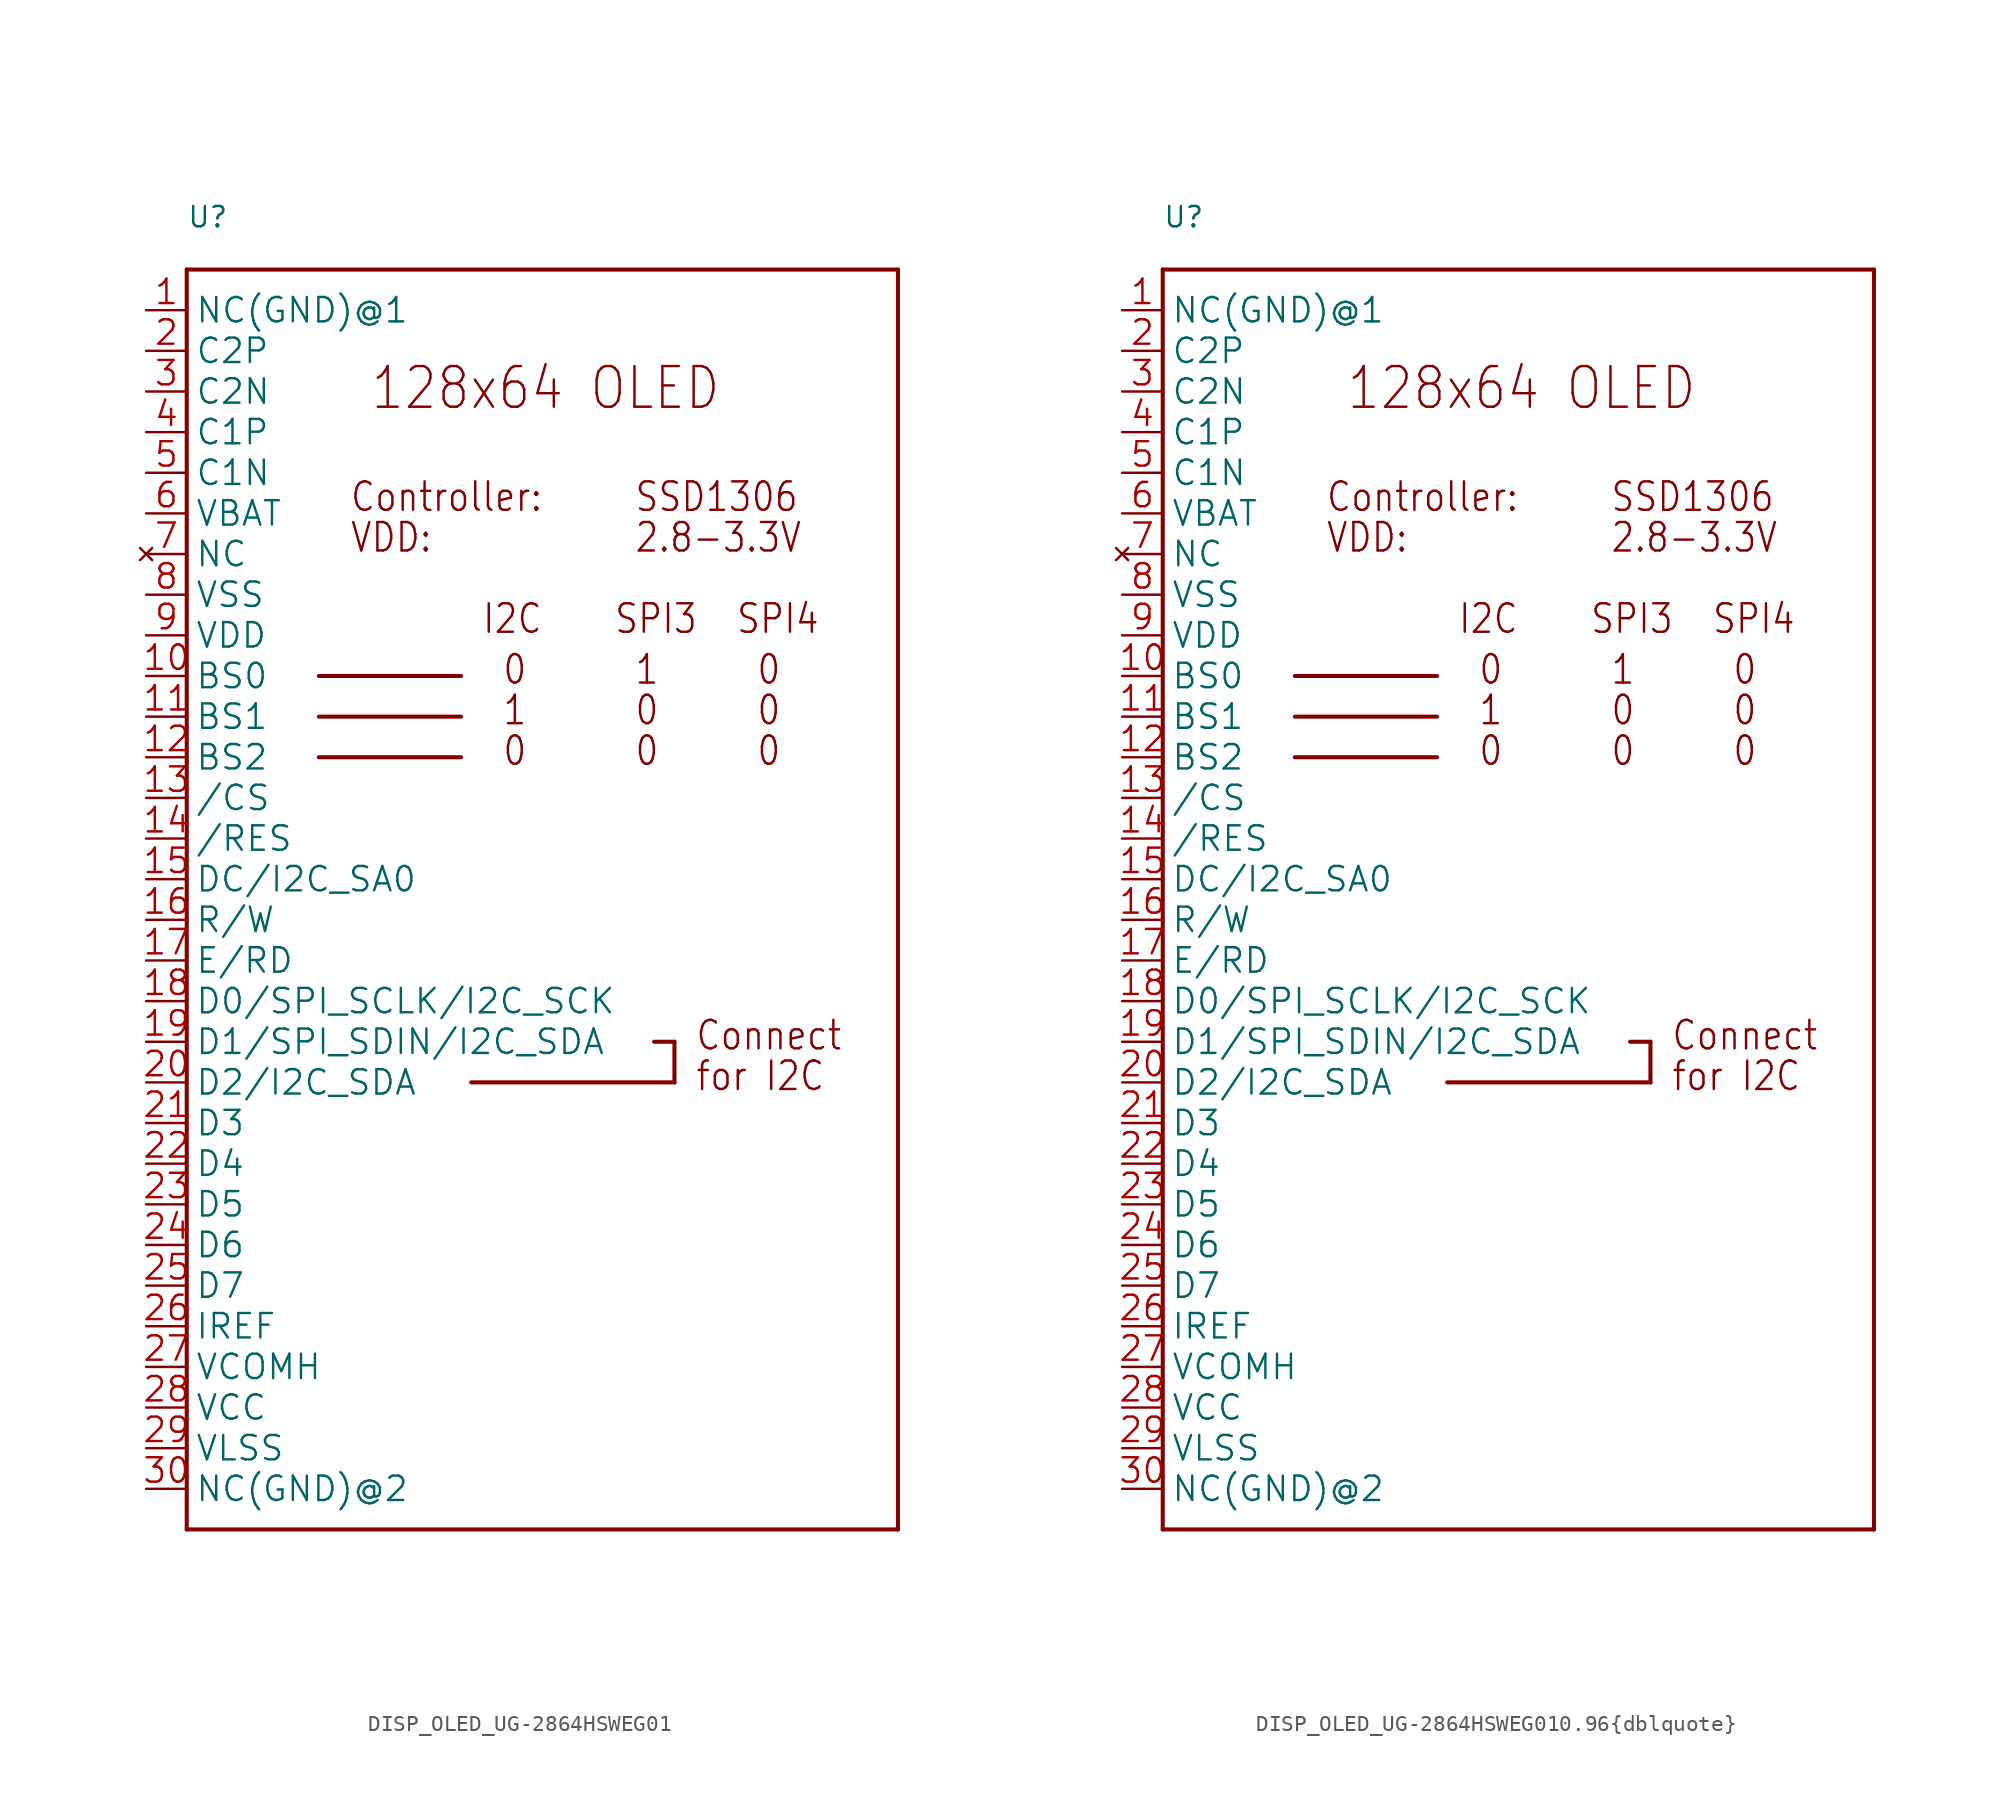
<source format=kicad_sym>
(kicad_symbol_lib
  (version 20241209)
  (generator "kicad_symbol_editor")
  (generator_version "9.0")
  (symbol "DISP_OLED_UG-2864HSWEG01"
    (property "Reference" "U"
      (at -22.86 40.64 0)
      (effects (font (size 1.27 1.27)) (justify left bottom)))
    (property "Value" ""
      (at -22.86 -43.18 0)
      (effects (font (size 1.27 1.27)) (justify left bottom)))
    (property "ki_locked" ""
      (at 0 0 0)
      (effects (font (size 1.27 1.27))))
    (symbol "DISP_OLED_UG-2864HSWEG01_1_0"
      (polyline (pts (xy -22.86 38.1) (xy 21.59 38.1)) (stroke (width 0.254) (type solid)) (fill (type none)))
      (polyline (pts (xy -22.86 -40.64) (xy -22.86 38.1)) (stroke (width 0.254) (type solid)) (fill (type none)))
      (polyline (pts (xy -14.605 12.7) (xy -5.715 12.7)) (stroke (width 0.254) (type solid)) (fill (type none)))
      (polyline (pts (xy -14.605 10.16) (xy -5.715 10.16)) (stroke (width 0.254) (type solid)) (fill (type none)))
      (polyline (pts (xy -14.605 7.62) (xy -5.715 7.62)) (stroke (width 0.254) (type solid)) (fill (type none)))
      (polyline (pts (xy 6.35 -10.16) (xy 7.62 -10.16)) (stroke (width 0.254) (type solid)) (fill (type none)))
      (polyline (pts (xy 7.62 -10.16) (xy 7.62 -12.7)) (stroke (width 0.254) (type solid)) (fill (type none)))
      (polyline (pts (xy 7.62 -12.7) (xy -5.08 -12.7)) (stroke (width 0.254) (type solid)) (fill (type none)))
      (polyline (pts (xy 21.59 38.1) (xy 21.59 -40.64)) (stroke (width 0.254) (type solid)) (fill (type none)))
      (polyline (pts (xy 21.59 -40.64) (xy -22.86 -40.64)) (stroke (width 0.254) (type solid)) (fill (type none)))
      (text "Controller:" (at -12.7 22.86 0) (effects (font (size 1.778 1.511)) (justify left bottom)))
      (text "VDD:" (at -12.7 20.32 0) (effects (font (size 1.778 1.511)) (justify left bottom)))
      (text "128x64 OLED" (at -11.43 29.21 0) (effects (font (size 2.54 2.159)) (justify left bottom)))
      (text "I2C" (at -4.445 15.24 0) (effects (font (size 1.778 1.511)) (justify left bottom)))
      (text "0" (at -3.175 12.065 0) (effects (font (size 1.778 1.511)) (justify left bottom)))
      (text "1" (at -3.175 9.525 0) (effects (font (size 1.778 1.511)) (justify left bottom)))
      (text "0" (at -3.175 6.985 0) (effects (font (size 1.778 1.511)) (justify left bottom)))
      (text "SPI3" (at 3.81 15.24 0) (effects (font (size 1.778 1.511)) (justify left bottom)))
      (text "SSD1306" (at 5.08 22.86 0) (effects (font (size 1.778 1.511)) (justify left bottom)))
      (text "2.8-3.3V" (at 5.08 20.32 0) (effects (font (size 1.778 1.511)) (justify left bottom)))
      (text "1" (at 5.08 12.065 0) (effects (font (size 1.778 1.511)) (justify left bottom)))
      (text "0" (at 5.08 9.525 0) (effects (font (size 1.778 1.511)) (justify left bottom)))
      (text "0" (at 5.08 6.985 0) (effects (font (size 1.778 1.511)) (justify left bottom)))
      (text "Connect" (at 8.89 -10.795 0) (effects (font (size 1.778 1.511)) (justify left bottom)))
      (text "for I2C" (at 8.89 -13.335 0) (effects (font (size 1.778 1.511)) (justify left bottom)))
      (text "SPI4" (at 11.43 15.24 0) (effects (font (size 1.778 1.511)) (justify left bottom)))
      (text "0" (at 12.7 12.065 0) (effects (font (size 1.778 1.511)) (justify left bottom)))
      (text "0" (at 12.7 9.525 0) (effects (font (size 1.778 1.511)) (justify left bottom)))
      (text "0" (at 12.7 6.985 0) (effects (font (size 1.778 1.511)) (justify left bottom)))
      (pin input line (at -25.4 35.56 0) (length 2.54) (name "NC(GND)@1" (effects (font (size 1.524 1.524)))) (number "1" (effects (font (size 1.524 1.524)))))
      (pin input line (at -25.4 33.02 0) (length 2.54) (name "C2P" (effects (font (size 1.524 1.524)))) (number "2" (effects (font (size 1.524 1.524)))))
      (pin input line (at -25.4 30.48 0) (length 2.54) (name "C2N" (effects (font (size 1.524 1.524)))) (number "3" (effects (font (size 1.524 1.524)))))
      (pin input line (at -25.4 27.94 0) (length 2.54) (name "C1P" (effects (font (size 1.524 1.524)))) (number "4" (effects (font (size 1.524 1.524)))))
      (pin input line (at -25.4 25.4 0) (length 2.54) (name "C1N" (effects (font (size 1.524 1.524)))) (number "5" (effects (font (size 1.524 1.524)))))
      (pin input line (at -25.4 22.86 0) (length 2.54) (name "VBAT" (effects (font (size 1.524 1.524)))) (number "6" (effects (font (size 1.524 1.524)))))
      (pin no_connect line (at -25.4 20.32 0) (length 2.54) (name "NC" (effects (font (size 1.524 1.524)))) (number "7" (effects (font (size 1.524 1.524)))))
      (pin power_in line (at -25.4 17.78 0) (length 2.54) (name "VSS" (effects (font (size 1.524 1.524)))) (number "8" (effects (font (size 1.524 1.524)))))
      (pin power_in line (at -25.4 15.24 0) (length 2.54) (name "VDD" (effects (font (size 1.524 1.524)))) (number "9" (effects (font (size 1.524 1.524)))))
      (pin input line (at -25.4 12.7 0) (length 2.54) (name "BS0" (effects (font (size 1.524 1.524)))) (number "10" (effects (font (size 1.524 1.524)))))
      (pin input line (at -25.4 10.16 0) (length 2.54) (name "BS1" (effects (font (size 1.524 1.524)))) (number "11" (effects (font (size 1.524 1.524)))))
      (pin input line (at -25.4 7.62 0) (length 2.54) (name "BS2" (effects (font (size 1.524 1.524)))) (number "12" (effects (font (size 1.524 1.524)))))
      (pin input line (at -25.4 5.08 0) (length 2.54) (name "/CS" (effects (font (size 1.524 1.524)))) (number "13" (effects (font (size 1.524 1.524)))))
      (pin input line (at -25.4 2.54 0) (length 2.54) (name "/RES" (effects (font (size 1.524 1.524)))) (number "14" (effects (font (size 1.524 1.524)))))
      (pin input line (at -25.4 0 0) (length 2.54) (name "DC/I2C_SA0" (effects (font (size 1.524 1.524)))) (number "15" (effects (font (size 1.524 1.524)))))
      (pin input line (at -25.4 -2.54 0) (length 2.54) (name "R/W" (effects (font (size 1.524 1.524)))) (number "16" (effects (font (size 1.524 1.524)))))
      (pin input line (at -25.4 -5.08 0) (length 2.54) (name "E/RD" (effects (font (size 1.524 1.524)))) (number "17" (effects (font (size 1.524 1.524)))))
      (pin bidirectional line (at -25.4 -7.62 0) (length 2.54) (name "D0/SPI_SCLK/I2C_SCK" (effects (font (size 1.524 1.524)))) (number "18" (effects (font (size 1.524 1.524)))))
      (pin bidirectional line (at -25.4 -10.16 0) (length 2.54) (name "D1/SPI_SDIN/I2C_SDA" (effects (font (size 1.524 1.524)))) (number "19" (effects (font (size 1.524 1.524)))))
      (pin bidirectional line (at -25.4 -12.7 0) (length 2.54) (name "D2/I2C_SDA" (effects (font (size 1.524 1.524)))) (number "20" (effects (font (size 1.524 1.524)))))
      (pin bidirectional line (at -25.4 -15.24 0) (length 2.54) (name "D3" (effects (font (size 1.524 1.524)))) (number "21" (effects (font (size 1.524 1.524)))))
      (pin bidirectional line (at -25.4 -17.78 0) (length 2.54) (name "D4" (effects (font (size 1.524 1.524)))) (number "22" (effects (font (size 1.524 1.524)))))
      (pin bidirectional line (at -25.4 -20.32 0) (length 2.54) (name "D5" (effects (font (size 1.524 1.524)))) (number "23" (effects (font (size 1.524 1.524)))))
      (pin bidirectional line (at -25.4 -22.86 0) (length 2.54) (name "D6" (effects (font (size 1.524 1.524)))) (number "24" (effects (font (size 1.524 1.524)))))
      (pin bidirectional line (at -25.4 -25.4 0) (length 2.54) (name "D7" (effects (font (size 1.524 1.524)))) (number "25" (effects (font (size 1.524 1.524)))))
      (pin input line (at -25.4 -27.94 0) (length 2.54) (name "IREF" (effects (font (size 1.524 1.524)))) (number "26" (effects (font (size 1.524 1.524)))))
      (pin output line (at -25.4 -30.48 0) (length 2.54) (name "VCOMH" (effects (font (size 1.524 1.524)))) (number "27" (effects (font (size 1.524 1.524)))))
      (pin power_in line (at -25.4 -33.02 0) (length 2.54) (name "VCC" (effects (font (size 1.524 1.524)))) (number "28" (effects (font (size 1.524 1.524)))))
      (pin power_in line (at -25.4 -35.56 0) (length 2.54) (name "VLSS" (effects (font (size 1.524 1.524)))) (number "29" (effects (font (size 1.524 1.524)))))
      (pin input line (at -25.4 -38.1 0) (length 2.54) (name "NC(GND)@2" (effects (font (size 1.524 1.524)))) (number "30" (effects (font (size 1.524 1.524)))))))
  (symbol "DISP_OLED_UG-2864HSWEG010.96{dblquote}"
    (property "Reference" "U"
      (at -22.86 40.64 0)
      (effects (font (size 1.27 1.27)) (justify left bottom)))
    (property "Value" ""
      (at -22.86 -43.18 0)
      (effects (font (size 1.27 1.27)) (justify left bottom)))
    (property "ki_locked" ""
      (at 0 0 0)
      (effects (font (size 1.27 1.27))))
    (symbol "DISP_OLED_UG-2864HSWEG010.96{dblquote}_1_0"
      (polyline (pts (xy -22.86 38.1) (xy 21.59 38.1)) (stroke (width 0.254) (type solid)) (fill (type none)))
      (polyline (pts (xy -22.86 -40.64) (xy -22.86 38.1)) (stroke (width 0.254) (type solid)) (fill (type none)))
      (polyline (pts (xy -14.605 12.7) (xy -5.715 12.7)) (stroke (width 0.254) (type solid)) (fill (type none)))
      (polyline (pts (xy -14.605 10.16) (xy -5.715 10.16)) (stroke (width 0.254) (type solid)) (fill (type none)))
      (polyline (pts (xy -14.605 7.62) (xy -5.715 7.62)) (stroke (width 0.254) (type solid)) (fill (type none)))
      (polyline (pts (xy 6.35 -10.16) (xy 7.62 -10.16)) (stroke (width 0.254) (type solid)) (fill (type none)))
      (polyline (pts (xy 7.62 -10.16) (xy 7.62 -12.7)) (stroke (width 0.254) (type solid)) (fill (type none)))
      (polyline (pts (xy 7.62 -12.7) (xy -5.08 -12.7)) (stroke (width 0.254) (type solid)) (fill (type none)))
      (polyline (pts (xy 21.59 38.1) (xy 21.59 -40.64)) (stroke (width 0.254) (type solid)) (fill (type none)))
      (polyline (pts (xy 21.59 -40.64) (xy -22.86 -40.64)) (stroke (width 0.254) (type solid)) (fill (type none)))
      (text "Controller:" (at -12.7 22.86 0) (effects (font (size 1.778 1.511)) (justify left bottom)))
      (text "VDD:" (at -12.7 20.32 0) (effects (font (size 1.778 1.511)) (justify left bottom)))
      (text "128x64 OLED" (at -11.43 29.21 0) (effects (font (size 2.54 2.159)) (justify left bottom)))
      (text "I2C" (at -4.445 15.24 0) (effects (font (size 1.778 1.511)) (justify left bottom)))
      (text "0" (at -3.175 12.065 0) (effects (font (size 1.778 1.511)) (justify left bottom)))
      (text "1" (at -3.175 9.525 0) (effects (font (size 1.778 1.511)) (justify left bottom)))
      (text "0" (at -3.175 6.985 0) (effects (font (size 1.778 1.511)) (justify left bottom)))
      (text "SPI3" (at 3.81 15.24 0) (effects (font (size 1.778 1.511)) (justify left bottom)))
      (text "SSD1306" (at 5.08 22.86 0) (effects (font (size 1.778 1.511)) (justify left bottom)))
      (text "2.8-3.3V" (at 5.08 20.32 0) (effects (font (size 1.778 1.511)) (justify left bottom)))
      (text "1" (at 5.08 12.065 0) (effects (font (size 1.778 1.511)) (justify left bottom)))
      (text "0" (at 5.08 9.525 0) (effects (font (size 1.778 1.511)) (justify left bottom)))
      (text "0" (at 5.08 6.985 0) (effects (font (size 1.778 1.511)) (justify left bottom)))
      (text "Connect" (at 8.89 -10.795 0) (effects (font (size 1.778 1.511)) (justify left bottom)))
      (text "for I2C" (at 8.89 -13.335 0) (effects (font (size 1.778 1.511)) (justify left bottom)))
      (text "SPI4" (at 11.43 15.24 0) (effects (font (size 1.778 1.511)) (justify left bottom)))
      (text "0" (at 12.7 12.065 0) (effects (font (size 1.778 1.511)) (justify left bottom)))
      (text "0" (at 12.7 9.525 0) (effects (font (size 1.778 1.511)) (justify left bottom)))
      (text "0" (at 12.7 6.985 0) (effects (font (size 1.778 1.511)) (justify left bottom)))
      (pin input line (at -25.4 35.56 0) (length 2.54) (name "NC(GND)@1" (effects (font (size 1.524 1.524)))) (number "1" (effects (font (size 1.524 1.524)))))
      (pin input line (at -25.4 33.02 0) (length 2.54) (name "C2P" (effects (font (size 1.524 1.524)))) (number "2" (effects (font (size 1.524 1.524)))))
      (pin input line (at -25.4 30.48 0) (length 2.54) (name "C2N" (effects (font (size 1.524 1.524)))) (number "3" (effects (font (size 1.524 1.524)))))
      (pin input line (at -25.4 27.94 0) (length 2.54) (name "C1P" (effects (font (size 1.524 1.524)))) (number "4" (effects (font (size 1.524 1.524)))))
      (pin input line (at -25.4 25.4 0) (length 2.54) (name "C1N" (effects (font (size 1.524 1.524)))) (number "5" (effects (font (size 1.524 1.524)))))
      (pin input line (at -25.4 22.86 0) (length 2.54) (name "VBAT" (effects (font (size 1.524 1.524)))) (number "6" (effects (font (size 1.524 1.524)))))
      (pin no_connect line (at -25.4 20.32 0) (length 2.54) (name "NC" (effects (font (size 1.524 1.524)))) (number "7" (effects (font (size 1.524 1.524)))))
      (pin power_in line (at -25.4 17.78 0) (length 2.54) (name "VSS" (effects (font (size 1.524 1.524)))) (number "8" (effects (font (size 1.524 1.524)))))
      (pin power_in line (at -25.4 15.24 0) (length 2.54) (name "VDD" (effects (font (size 1.524 1.524)))) (number "9" (effects (font (size 1.524 1.524)))))
      (pin input line (at -25.4 12.7 0) (length 2.54) (name "BS0" (effects (font (size 1.524 1.524)))) (number "10" (effects (font (size 1.524 1.524)))))
      (pin input line (at -25.4 10.16 0) (length 2.54) (name "BS1" (effects (font (size 1.524 1.524)))) (number "11" (effects (font (size 1.524 1.524)))))
      (pin input line (at -25.4 7.62 0) (length 2.54) (name "BS2" (effects (font (size 1.524 1.524)))) (number "12" (effects (font (size 1.524 1.524)))))
      (pin input line (at -25.4 5.08 0) (length 2.54) (name "/CS" (effects (font (size 1.524 1.524)))) (number "13" (effects (font (size 1.524 1.524)))))
      (pin input line (at -25.4 2.54 0) (length 2.54) (name "/RES" (effects (font (size 1.524 1.524)))) (number "14" (effects (font (size 1.524 1.524)))))
      (pin input line (at -25.4 0 0) (length 2.54) (name "DC/I2C_SA0" (effects (font (size 1.524 1.524)))) (number "15" (effects (font (size 1.524 1.524)))))
      (pin input line (at -25.4 -2.54 0) (length 2.54) (name "R/W" (effects (font (size 1.524 1.524)))) (number "16" (effects (font (size 1.524 1.524)))))
      (pin input line (at -25.4 -5.08 0) (length 2.54) (name "E/RD" (effects (font (size 1.524 1.524)))) (number "17" (effects (font (size 1.524 1.524)))))
      (pin bidirectional line (at -25.4 -7.62 0) (length 2.54) (name "D0/SPI_SCLK/I2C_SCK" (effects (font (size 1.524 1.524)))) (number "18" (effects (font (size 1.524 1.524)))))
      (pin bidirectional line (at -25.4 -10.16 0) (length 2.54) (name "D1/SPI_SDIN/I2C_SDA" (effects (font (size 1.524 1.524)))) (number "19" (effects (font (size 1.524 1.524)))))
      (pin bidirectional line (at -25.4 -12.7 0) (length 2.54) (name "D2/I2C_SDA" (effects (font (size 1.524 1.524)))) (number "20" (effects (font (size 1.524 1.524)))))
      (pin bidirectional line (at -25.4 -15.24 0) (length 2.54) (name "D3" (effects (font (size 1.524 1.524)))) (number "21" (effects (font (size 1.524 1.524)))))
      (pin bidirectional line (at -25.4 -17.78 0) (length 2.54) (name "D4" (effects (font (size 1.524 1.524)))) (number "22" (effects (font (size 1.524 1.524)))))
      (pin bidirectional line (at -25.4 -20.32 0) (length 2.54) (name "D5" (effects (font (size 1.524 1.524)))) (number "23" (effects (font (size 1.524 1.524)))))
      (pin bidirectional line (at -25.4 -22.86 0) (length 2.54) (name "D6" (effects (font (size 1.524 1.524)))) (number "24" (effects (font (size 1.524 1.524)))))
      (pin bidirectional line (at -25.4 -25.4 0) (length 2.54) (name "D7" (effects (font (size 1.524 1.524)))) (number "25" (effects (font (size 1.524 1.524)))))
      (pin input line (at -25.4 -27.94 0) (length 2.54) (name "IREF" (effects (font (size 1.524 1.524)))) (number "26" (effects (font (size 1.524 1.524)))))
      (pin output line (at -25.4 -30.48 0) (length 2.54) (name "VCOMH" (effects (font (size 1.524 1.524)))) (number "27" (effects (font (size 1.524 1.524)))))
      (pin power_in line (at -25.4 -33.02 0) (length 2.54) (name "VCC" (effects (font (size 1.524 1.524)))) (number "28" (effects (font (size 1.524 1.524)))))
      (pin power_in line (at -25.4 -35.56 0) (length 2.54) (name "VLSS" (effects (font (size 1.524 1.524)))) (number "29" (effects (font (size 1.524 1.524)))))
      (pin input line (at -25.4 -38.1 0) (length 2.54) (name "NC(GND)@2" (effects (font (size 1.524 1.524)))) (number "30" (effects (font (size 1.524 1.524))))))))
</source>
